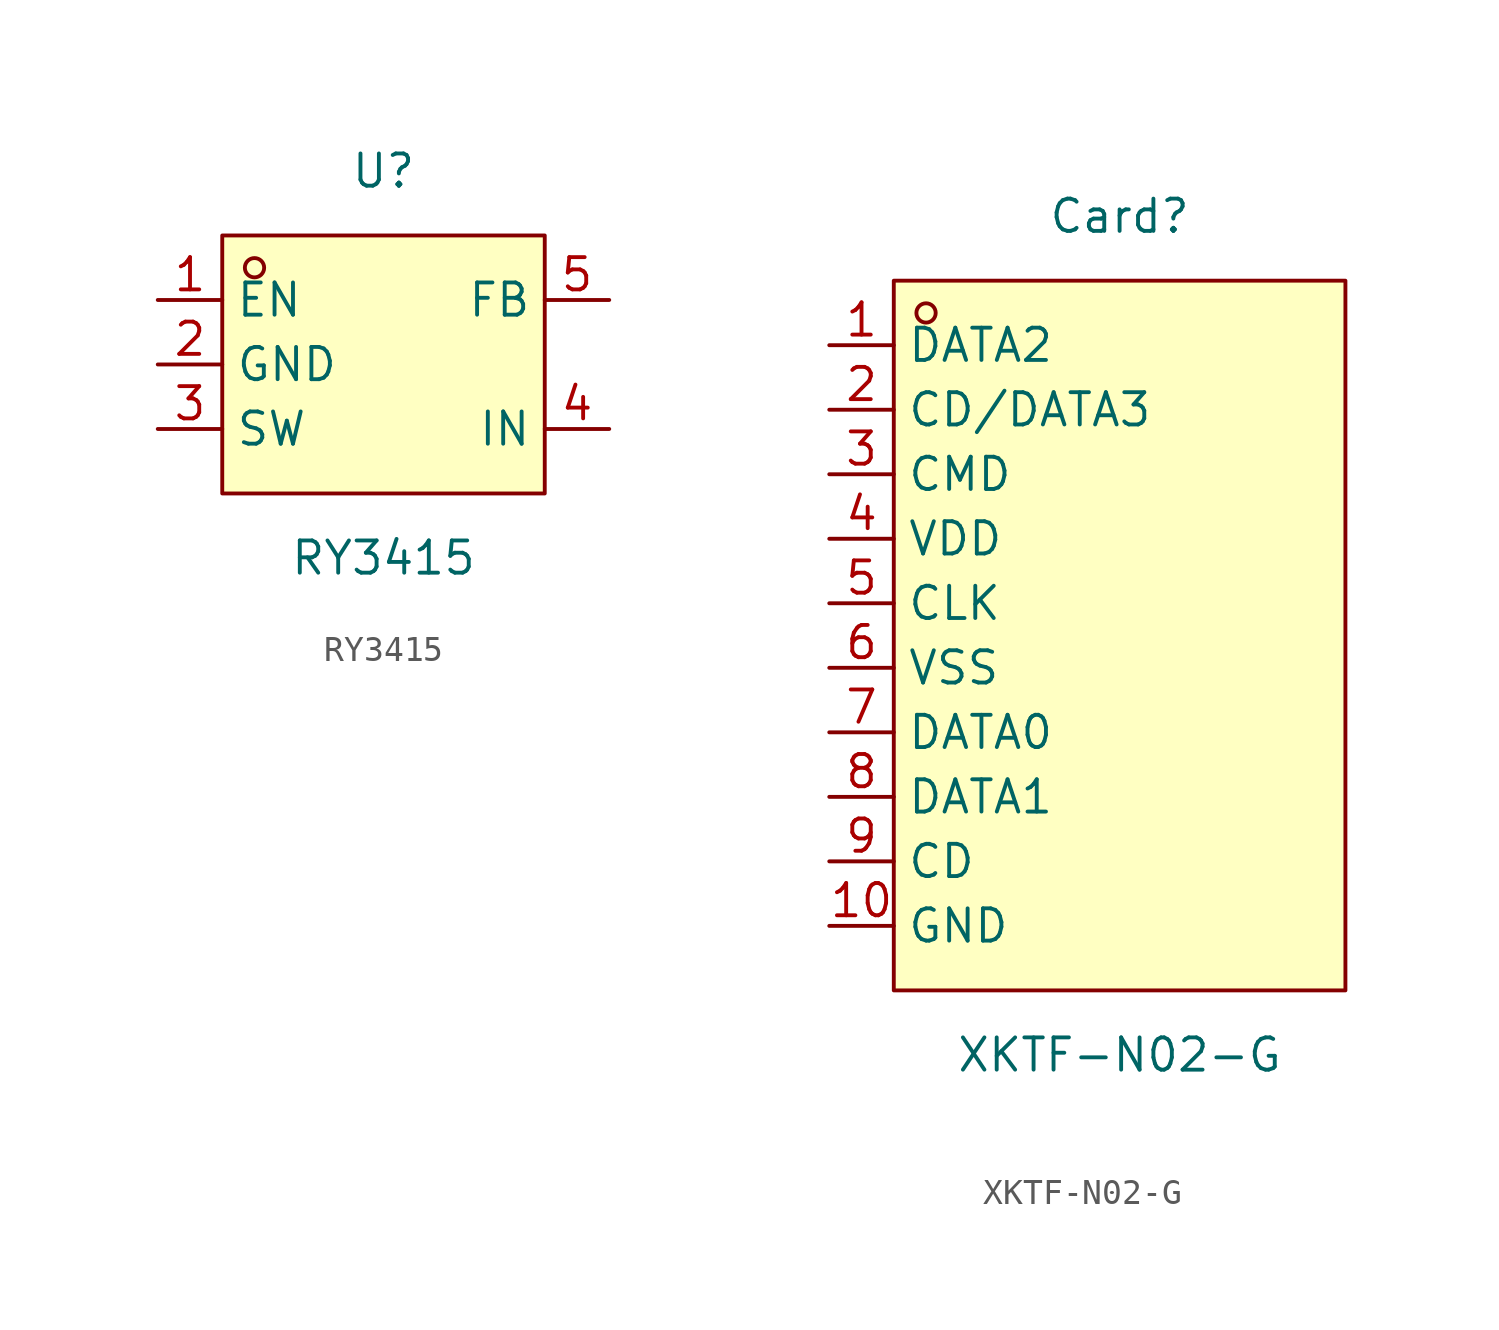
<source format=kicad_sym>
(kicad_symbol_lib
  (version 20211014)
  (generator https://github.com/uPesy/easyeda2kicad.py)
  (symbol "RY3415"
    (property "Reference" "U"
      (at 0 7.62 0)
      (effects (font (size 1.27 1.27))))
    (property "Value" "RY3415"
      (at 0 -7.62 0)
      (effects (font (size 1.27 1.27))))
    (symbol "RY3415_0_1"
      (rectangle (start -6.35 5.08) (end 6.35 -5.08) (stroke (width 0) (type default) (color 0 0 0 0)) (fill (type background)))
      (circle (center -5.08 3.81) (radius 0.38) (stroke (width 0) (type default) (color 0 0 0 0)) (fill (type none)))
      (pin unspecified line (at -8.89 2.54 0) (length 2.54) (name "EN" (effects (font (size 1.27 1.27)))) (number "1" (effects (font (size 1.27 1.27)))))
      (pin unspecified line (at -8.89 -0.00 0) (length 2.54) (name "GND" (effects (font (size 1.27 1.27)))) (number "2" (effects (font (size 1.27 1.27)))))
      (pin unspecified line (at -8.89 -2.54 0) (length 2.54) (name "SW" (effects (font (size 1.27 1.27)))) (number "3" (effects (font (size 1.27 1.27)))))
      (pin unspecified line (at 8.89 -2.54 180) (length 2.54) (name "IN" (effects (font (size 1.27 1.27)))) (number "4" (effects (font (size 1.27 1.27)))))
      (pin unspecified line (at 8.89 2.54 180) (length 2.54) (name "FB" (effects (font (size 1.27 1.27)))) (number "5" (effects (font (size 1.27 1.27)))))))
  (symbol "XKTF-N02-G"
    (property "Reference" "Card"
      (at 0 16.51 0)
      (effects (font (size 1.27 1.27))))
    (property "Value" "XKTF-N02-G"
      (at 0 -16.51 0)
      (effects (font (size 1.27 1.27))))
    (symbol "XKTF-N02-G_0_1"
      (rectangle (start -8.89 13.97) (end 8.89 -13.97) (stroke (width 0) (type default) (color 0 0 0 0)) (fill (type background)))
      (circle (center -7.62 12.70) (radius 0.38) (stroke (width 0) (type default) (color 0 0 0 0)) (fill (type none)))
      (pin unspecified line (at -11.43 11.43 0) (length 2.54) (name "DATA2" (effects (font (size 1.27 1.27)))) (number "1" (effects (font (size 1.27 1.27)))))
      (pin unspecified line (at -11.43 8.89 0) (length 2.54) (name "CD/DATA3" (effects (font (size 1.27 1.27)))) (number "2" (effects (font (size 1.27 1.27)))))
      (pin unspecified line (at -11.43 6.35 0) (length 2.54) (name "CMD" (effects (font (size 1.27 1.27)))) (number "3" (effects (font (size 1.27 1.27)))))
      (pin unspecified line (at -11.43 3.81 0) (length 2.54) (name "VDD" (effects (font (size 1.27 1.27)))) (number "4" (effects (font (size 1.27 1.27)))))
      (pin unspecified line (at -11.43 1.27 0) (length 2.54) (name "CLK" (effects (font (size 1.27 1.27)))) (number "5" (effects (font (size 1.27 1.27)))))
      (pin unspecified line (at -11.43 -1.27 0) (length 2.54) (name "VSS" (effects (font (size 1.27 1.27)))) (number "6" (effects (font (size 1.27 1.27)))))
      (pin unspecified line (at -11.43 -3.81 0) (length 2.54) (name "DATA0" (effects (font (size 1.27 1.27)))) (number "7" (effects (font (size 1.27 1.27)))))
      (pin unspecified line (at -11.43 -6.35 0) (length 2.54) (name "DATA1" (effects (font (size 1.27 1.27)))) (number "8" (effects (font (size 1.27 1.27)))))
      (pin unspecified line (at -11.43 -8.89 0) (length 2.54) (name "CD" (effects (font (size 1.27 1.27)))) (number "9" (effects (font (size 1.27 1.27)))))
      (pin unspecified line (at -11.43 -11.43 0) (length 2.54) (name "GND" (effects (font (size 1.27 1.27)))) (number "10" (effects (font (size 1.27 1.27))))))))
</source>
